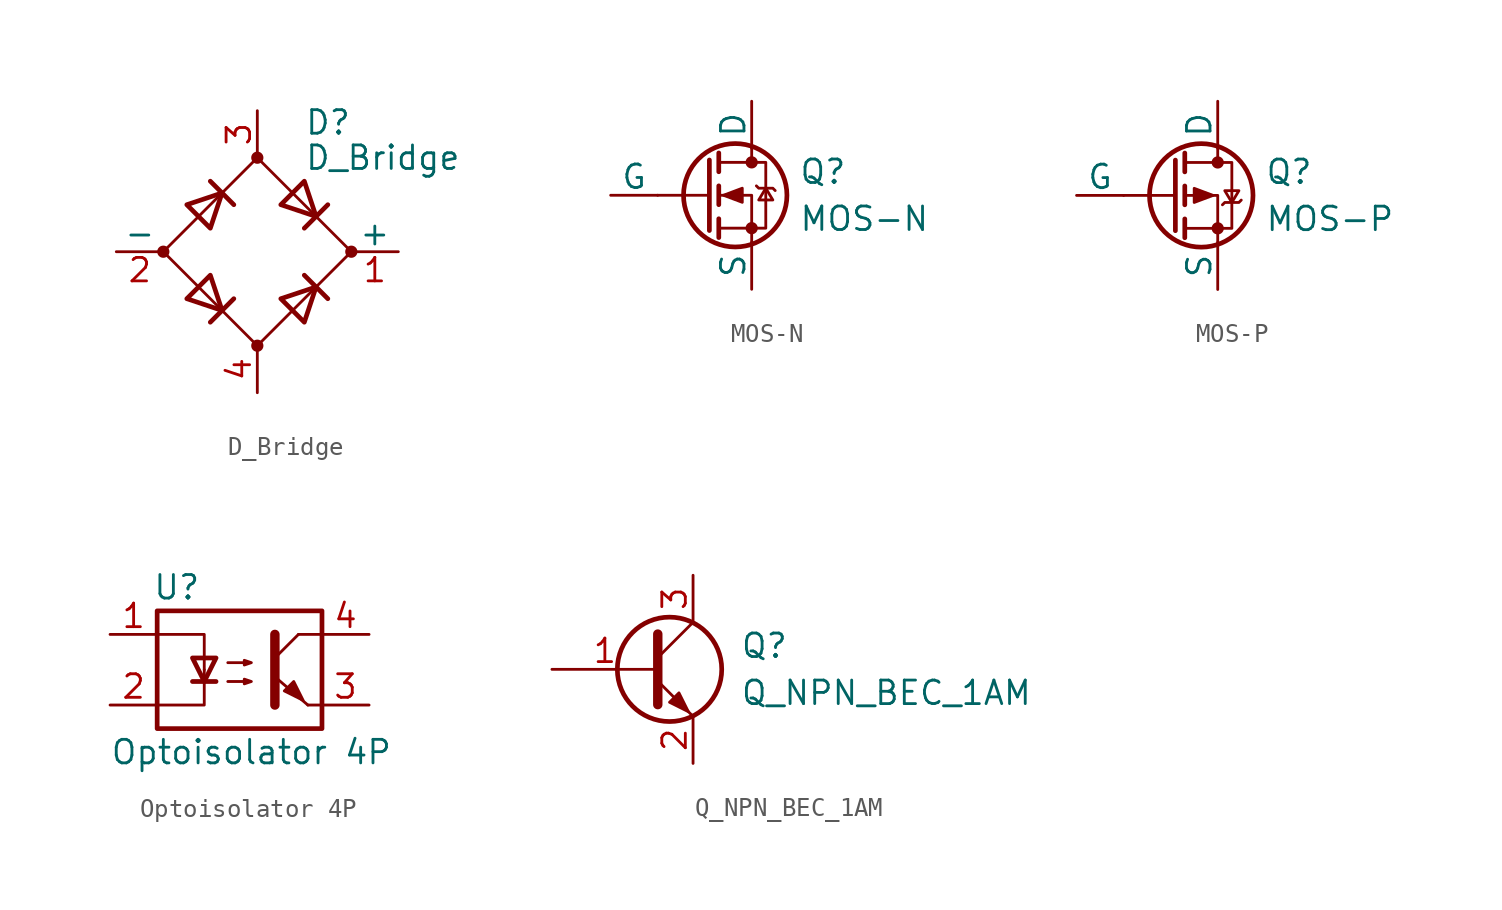
<source format=kicad_sym>
(kicad_symbol_lib
  (version 20220914)
  (generator kicad_symbol_editor)
  (symbol "D_Bridge"
    (pin_names
      (offset 0))
    (property "Reference" "D"
      (at 2.54 6.985 0)
      (effects (font (size 1.27 1.27)) (justify left)))
    (property "Value" "D_Bridge"
      (at 2.54 5.08 0)
      (effects (font (size 1.27 1.27)) (justify left)))
    (symbol "D_Bridge_0_1"
      (circle (center -5.08 0) (radius 0.254) (stroke (width 0) (type default)) (fill (type outline)))
      (circle (center 0 -5.08) (radius 0.254) (stroke (width 0) (type default)) (fill (type outline)))
      (polyline (pts (xy -2.54 3.81) (xy -1.27 2.54)) (stroke (width 0.254) (type default)) (fill (type none)))
      (polyline (pts (xy -1.27 -2.54) (xy -2.54 -3.81)) (stroke (width 0.254) (type default)) (fill (type none)))
      (polyline (pts (xy 2.54 -1.27) (xy 3.81 -2.54)) (stroke (width 0.254) (type default)) (fill (type none)))
      (polyline (pts (xy 2.54 1.27) (xy 3.81 2.54)) (stroke (width 0.254) (type default)) (fill (type none)))
      (polyline (pts (xy -3.81 2.54) (xy -2.54 1.27) (xy -1.905 3.175) (xy -3.81 2.54)) (stroke (width 0.254) (type default)) (fill (type none)))
      (polyline (pts (xy -2.54 -1.27) (xy -3.81 -2.54) (xy -1.905 -3.175) (xy -2.54 -1.27)) (stroke (width 0.254) (type default)) (fill (type none)))
      (polyline (pts (xy 1.27 2.54) (xy 2.54 3.81) (xy 3.175 1.905) (xy 1.27 2.54)) (stroke (width 0.254) (type default)) (fill (type none)))
      (polyline (pts (xy 3.175 -1.905) (xy 1.27 -2.54) (xy 2.54 -3.81) (xy 3.175 -1.905)) (stroke (width 0.254) (type default)) (fill (type none)))
      (polyline (pts (xy -5.08 0) (xy 0 -5.08) (xy 5.08 0) (xy 0 5.08) (xy -5.08 0)) (stroke (width 0) (type default)) (fill (type none)))
      (circle (center 0 5.08) (radius 0.254) (stroke (width 0) (type default)) (fill (type outline)))
      (circle (center 5.08 0) (radius 0.254) (stroke (width 0) (type default)) (fill (type outline))))
    (symbol "D_Bridge_1_1"
      (pin passive line (at 7.62 0 180) (length 2.54) (name "+" (effects (font (size 1.27 1.27)))) (number "1" (effects (font (size 1.27 1.27)))))
      (pin passive line (at -7.62 0 0) (length 2.54) (name "-" (effects (font (size 1.27 1.27)))) (number "2" (effects (font (size 1.27 1.27)))))
      (pin passive line (at 0 7.62 270) (length 2.54) (name "~" (effects (font (size 1.27 1.27)))) (number "3" (effects (font (size 1.27 1.27)))))
      (pin passive line (at 0 -7.62 90) (length 2.54) (name "~" (effects (font (size 1.27 1.27)))) (number "4" (effects (font (size 1.27 1.27)))))))
  (symbol "MOS-N"
    (pin_numbers hide)
    (pin_names
      (offset 0))
    (property "Reference" "Q"
      (at 5.08 1.27 0)
      (effects (font (size 1.27 1.27)) (justify left)))
    (property "Value" "MOS-N"
      (at 5.08 -1.27 0)
      (effects (font (size 1.27 1.27)) (justify left)))
    (symbol "MOS-N_0_1"
      (polyline (pts (xy 0.254 0) (xy -2.54 0)) (stroke (width 0) (type default)) (fill (type none)))
      (polyline (pts (xy 0.254 1.905) (xy 0.254 -1.905)) (stroke (width 0.254) (type default)) (fill (type none)))
      (polyline (pts (xy 0.762 -1.27) (xy 0.762 -2.286)) (stroke (width 0.254) (type default)) (fill (type none)))
      (polyline (pts (xy 0.762 0.508) (xy 0.762 -0.508)) (stroke (width 0.254) (type default)) (fill (type none)))
      (polyline (pts (xy 0.762 2.286) (xy 0.762 1.27)) (stroke (width 0.254) (type default)) (fill (type none)))
      (polyline (pts (xy 2.54 2.54) (xy 2.54 1.778)) (stroke (width 0) (type default)) (fill (type none)))
      (polyline (pts (xy 2.54 -2.54) (xy 2.54 0) (xy 0.762 0)) (stroke (width 0) (type default)) (fill (type none)))
      (polyline (pts (xy 0.762 -1.778) (xy 3.302 -1.778) (xy 3.302 1.778) (xy 0.762 1.778)) (stroke (width 0) (type default)) (fill (type none)))
      (polyline (pts (xy 1.016 0) (xy 2.032 0.381) (xy 2.032 -0.381) (xy 1.016 0)) (stroke (width 0) (type default)) (fill (type outline)))
      (polyline (pts (xy 2.794 0.508) (xy 2.921 0.381) (xy 3.683 0.381) (xy 3.81 0.254)) (stroke (width 0) (type default)) (fill (type none)))
      (polyline (pts (xy 3.302 0.381) (xy 2.921 -0.254) (xy 3.683 -0.254) (xy 3.302 0.381)) (stroke (width 0) (type default)) (fill (type none)))
      (circle (center 1.651 0) (radius 2.794) (stroke (width 0.254) (type default)) (fill (type none)))
      (circle (center 2.54 -1.778) (radius 0.254) (stroke (width 0) (type default)) (fill (type outline)))
      (circle (center 2.54 1.778) (radius 0.254) (stroke (width 0) (type default)) (fill (type outline))))
    (symbol "MOS-N_1_1"
      (pin passive line (at 2.54 5.08 270) (length 2.54) (name "D" (effects (font (size 1.27 1.27)))) (number "1" (effects (font (size 1.27 1.27)))))
      (pin input line (at -5.08 0 0) (length 2.54) (name "G" (effects (font (size 1.27 1.27)))) (number "2" (effects (font (size 1.27 1.27)))))
      (pin passive line (at 2.54 -5.08 90) (length 2.54) (name "S" (effects (font (size 1.27 1.27)))) (number "3" (effects (font (size 1.27 1.27)))))))
  (symbol "MOS-P"
    (pin_numbers hide)
    (pin_names
      (offset 0))
    (property "Reference" "Q"
      (at 5.08 1.27 0)
      (effects (font (size 1.27 1.27)) (justify left)))
    (property "Value" "MOS-P"
      (at 5.08 -1.27 0)
      (effects (font (size 1.27 1.27)) (justify left)))
    (symbol "MOS-P_0_1"
      (polyline (pts (xy 0.254 0) (xy -2.54 0)) (stroke (width 0) (type default)) (fill (type none)))
      (polyline (pts (xy 0.254 1.905) (xy 0.254 -1.905)) (stroke (width 0.254) (type default)) (fill (type none)))
      (polyline (pts (xy 0.762 -1.27) (xy 0.762 -2.286)) (stroke (width 0.254) (type default)) (fill (type none)))
      (polyline (pts (xy 0.762 0.508) (xy 0.762 -0.508)) (stroke (width 0.254) (type default)) (fill (type none)))
      (polyline (pts (xy 0.762 2.286) (xy 0.762 1.27)) (stroke (width 0.254) (type default)) (fill (type none)))
      (polyline (pts (xy 2.54 2.54) (xy 2.54 1.778)) (stroke (width 0) (type default)) (fill (type none)))
      (polyline (pts (xy 2.54 -2.54) (xy 2.54 0) (xy 0.762 0)) (stroke (width 0) (type default)) (fill (type none)))
      (polyline (pts (xy 0.762 1.778) (xy 3.302 1.778) (xy 3.302 -1.778) (xy 0.762 -1.778)) (stroke (width 0) (type default)) (fill (type none)))
      (polyline (pts (xy 2.286 0) (xy 1.27 0.381) (xy 1.27 -0.381) (xy 2.286 0)) (stroke (width 0) (type default)) (fill (type outline)))
      (polyline (pts (xy 2.794 -0.508) (xy 2.921 -0.381) (xy 3.683 -0.381) (xy 3.81 -0.254)) (stroke (width 0) (type default)) (fill (type none)))
      (polyline (pts (xy 3.302 -0.381) (xy 2.921 0.254) (xy 3.683 0.254) (xy 3.302 -0.381)) (stroke (width 0) (type default)) (fill (type none)))
      (circle (center 1.651 0) (radius 2.794) (stroke (width 0.254) (type default)) (fill (type none)))
      (circle (center 2.54 -1.778) (radius 0.254) (stroke (width 0) (type default)) (fill (type outline)))
      (circle (center 2.54 1.778) (radius 0.254) (stroke (width 0) (type default)) (fill (type outline))))
    (symbol "MOS-P_1_1"
      (pin passive line (at 2.54 5.08 270) (length 2.54) (name "D" (effects (font (size 1.27 1.27)))) (number "1" (effects (font (size 1.27 1.27)))))
      (pin input line (at -5.08 0 0) (length 2.54) (name "G" (effects (font (size 1.27 1.27)))) (number "2" (effects (font (size 1.27 1.27)))))
      (pin passive line (at 2.54 -5.08 90) (length 2.54) (name "S" (effects (font (size 1.27 1.27)))) (number "3" (effects (font (size 1.27 1.27)))))))
  (symbol "Optoisolator 4P"
    (pin_names
      (offset 1.016))
    (property "Reference" "U"
      (at -4.064 3.81 0)
      (do_not_autoplace)
      (effects (font (size 1.27 1.27)) (justify left)))
    (property "Value" "Optoisolator 4P"
      (at 1.27 -5.08 0)
      (do_not_autoplace)
      (effects (font (size 1.27 1.27))))
    (symbol "Optoisolator 4P_0_1"
      (polyline (pts (xy -1.905 -1.27) (xy -0.635 -1.27)) (stroke (width 0.254) (type default)) (fill (type none)))
      (polyline (pts (xy 2.54 0) (xy 3.81 1.27)) (stroke (width 0) (type default)) (fill (type none)))
      (polyline (pts (xy 3.81 1.27) (xy 5.08 1.27)) (stroke (width 0) (type default)) (fill (type none)))
      (polyline (pts (xy 4.318 -2.54) (xy 2.54 -1.016)) (stroke (width 0) (type default)) (fill (type outline)))
      (polyline (pts (xy 4.318 -2.54) (xy 5.08 -2.54)) (stroke (width 0) (type default)) (fill (type none)))
      (polyline (pts (xy 4.445 2.54) (xy 5.08 2.54)) (stroke (width 0) (type default)) (fill (type none)))
      (polyline (pts (xy -3.81 1.27) (xy -1.27 1.27) (xy -1.27 -0.635)) (stroke (width 0) (type default)) (fill (type none)))
      (polyline (pts (xy -1.27 -0.635) (xy -1.27 -2.54) (xy -3.81 -2.54)) (stroke (width 0) (type default)) (fill (type none)))
      (polyline (pts (xy 2.54 1.27) (xy 2.54 -2.54) (xy 2.54 -2.54)) (stroke (width 0.508) (type default)) (fill (type none)))
      (polyline (pts (xy -1.27 -1.27) (xy -1.905 0) (xy -0.635 0) (xy -1.27 -1.27)) (stroke (width 0.254) (type default)) (fill (type none)))
      (polyline (pts (xy 0 -1.27) (xy 1.27 -1.27) (xy 0.889 -1.397) (xy 0.889 -1.143) (xy 1.27 -1.27)) (stroke (width 0) (type default)) (fill (type none)))
      (polyline (pts (xy 0 -0.254) (xy 1.27 -0.254) (xy 0.889 -0.381) (xy 0.889 -0.127) (xy 1.27 -0.254)) (stroke (width 0) (type default)) (fill (type none)))
      (polyline (pts (xy 3.048 -1.778) (xy 3.556 -1.27) (xy 4.064 -2.286) (xy 3.048 -1.778) (xy 3.048 -1.778)) (stroke (width 0) (type default)) (fill (type outline))))
    (symbol "Optoisolator 4P_1_1"
      (rectangle (start -3.81 2.54) (end 5.08 -3.81) (stroke (width 0.254) (type default)) (fill (type none)))
      (pin passive line (at -6.35 1.27 0) (length 2.54) (name "~" (effects (font (size 1.27 1.27)))) (number "1" (effects (font (size 1.27 1.27)))))
      (pin passive line (at -6.35 -2.54 0) (length 2.54) (name "~" (effects (font (size 1.27 1.27)))) (number "2" (effects (font (size 1.27 1.27)))))
      (pin passive line (at 7.62 -2.54 180) (length 2.54) (name "~" (effects (font (size 1.27 1.27)))) (number "3" (effects (font (size 1.27 1.27)))))
      (pin passive line (at 7.62 1.27 180) (length 2.54) (name "~" (effects (font (size 1.27 1.27)))) (number "4" (effects (font (size 1.27 1.27)))))))
  (symbol "Q_NPN_BEC_1AM"
    (pin_names
      (offset 0) hide)
    (property "Reference" "Q"
      (at 5.08 1.27 0)
      (effects (font (size 1.27 1.27)) (justify left)))
    (property "Value" "Q_NPN_BEC_1AM"
      (at 5.08 -1.27 0)
      (effects (font (size 1.27 1.27)) (justify left)))
    (symbol "Q_NPN_BEC_1AM_0_1"
      (polyline (pts (xy 0.635 0.635) (xy 2.54 2.54)) (stroke (width 0) (type default)) (fill (type none)))
      (polyline (pts (xy 0.635 -0.635) (xy 2.54 -2.54) (xy 2.54 -2.54)) (stroke (width 0) (type default)) (fill (type none)))
      (polyline (pts (xy 0.635 1.905) (xy 0.635 -1.905) (xy 0.635 -1.905)) (stroke (width 0.508) (type default)) (fill (type none)))
      (polyline (pts (xy 1.27 -1.778) (xy 1.778 -1.27) (xy 2.286 -2.286) (xy 1.27 -1.778) (xy 1.27 -1.778)) (stroke (width 0) (type default)) (fill (type outline)))
      (circle (center 1.27 0) (radius 2.819) (stroke (width 0.254) (type default)) (fill (type none))))
    (symbol "Q_NPN_BEC_1AM_1_1"
      (pin input line (at -5.08 0 0) (length 5.715) (name "B" (effects (font (size 1.27 1.27)))) (number "1" (effects (font (size 1.27 1.27)))))
      (pin passive line (at 2.54 -5.08 90) (length 2.54) (name "E" (effects (font (size 1.27 1.27)))) (number "2" (effects (font (size 1.27 1.27)))))
      (pin passive line (at 2.54 5.08 270) (length 2.54) (name "C" (effects (font (size 1.27 1.27)))) (number "3" (effects (font (size 1.27 1.27))))))))
</source>
